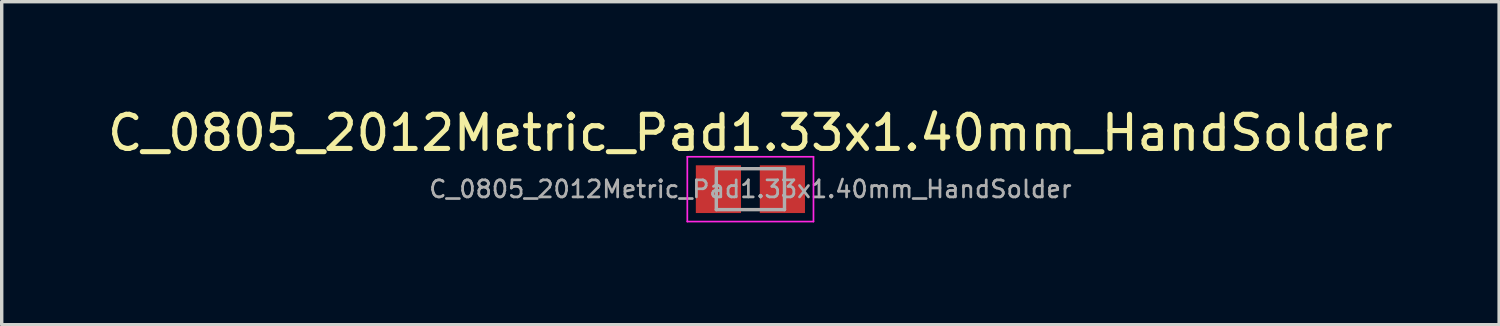
<source format=kicad_pcb>
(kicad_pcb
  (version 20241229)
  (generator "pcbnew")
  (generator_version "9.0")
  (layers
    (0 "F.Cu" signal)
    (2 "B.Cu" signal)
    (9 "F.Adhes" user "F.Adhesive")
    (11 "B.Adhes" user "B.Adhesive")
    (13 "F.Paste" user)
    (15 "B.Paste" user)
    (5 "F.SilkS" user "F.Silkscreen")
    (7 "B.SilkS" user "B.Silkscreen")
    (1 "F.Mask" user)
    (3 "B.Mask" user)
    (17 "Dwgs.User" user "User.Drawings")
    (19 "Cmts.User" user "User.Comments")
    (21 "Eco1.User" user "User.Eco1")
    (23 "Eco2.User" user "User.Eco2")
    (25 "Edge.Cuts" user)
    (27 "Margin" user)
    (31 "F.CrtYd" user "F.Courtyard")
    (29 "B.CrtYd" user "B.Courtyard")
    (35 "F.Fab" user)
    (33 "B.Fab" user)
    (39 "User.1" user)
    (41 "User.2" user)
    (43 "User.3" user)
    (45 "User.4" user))
  (footprint "C_0805_2012Metric_Pad1.33x1.40mm_HandSolder"
    (layer "F.Cu")
    (at 18.958 2.498)
    (property "Reference" "C_0805_2012Metric_Pad1.33x1.40mm_HandSolder" (at 0 -1.65 0) (layer "F.SilkS") (effects (font (size 1 1) (thickness 0.15))))
    (attr smd)
    (fp_line (start -1.85 -0.95) (end 1.85 -0.95) (stroke (width 0.05) (type solid)) (layer "F.CrtYd"))
    (fp_line (start -1.85 0.95) (end -1.85 -0.95) (stroke (width 0.05) (type solid)) (layer "F.CrtYd"))
    (fp_line (start 1.85 -0.95) (end 1.85 0.95) (stroke (width 0.05) (type solid)) (layer "F.CrtYd"))
    (fp_line (start 1.85 0.95) (end -1.85 0.95) (stroke (width 0.05) (type solid)) (layer "F.CrtYd"))
    (fp_line (start -1 -0.6) (end 1 -0.6) (stroke (width 0.1) (type solid)) (layer "F.Fab"))
    (fp_line (start -1 0.6) (end -1 -0.6) (stroke (width 0.1) (type solid)) (layer "F.Fab"))
    (fp_line (start 1 -0.6) (end 1 0.6) (stroke (width 0.1) (type solid)) (layer "F.Fab"))
    (fp_line (start 1 0.6) (end -1 0.6) (stroke (width 0.1) (type solid)) (layer "F.Fab"))
    (fp_text user "${REFERENCE}" (at 0 0 0) (layer "F.Fab") (effects (font (size 0.5 0.5) (thickness 0.08))))
    (pad "1" smd rect (at -0.938 0) (size 1.325 1.4) (layers "F.Cu" "F.Mask" "F.Paste"))
    (pad "2" smd rect (at 0.938 0) (size 1.325 1.4) (layers "F.Cu" "F.Mask" "F.Paste")))
  (gr_rect
    (start -3 -3)
    (end 40.917 6.473)
    (stroke (width 0.1) (type default))
    (fill no)
    (layer "Edge.Cuts")))
</source>
